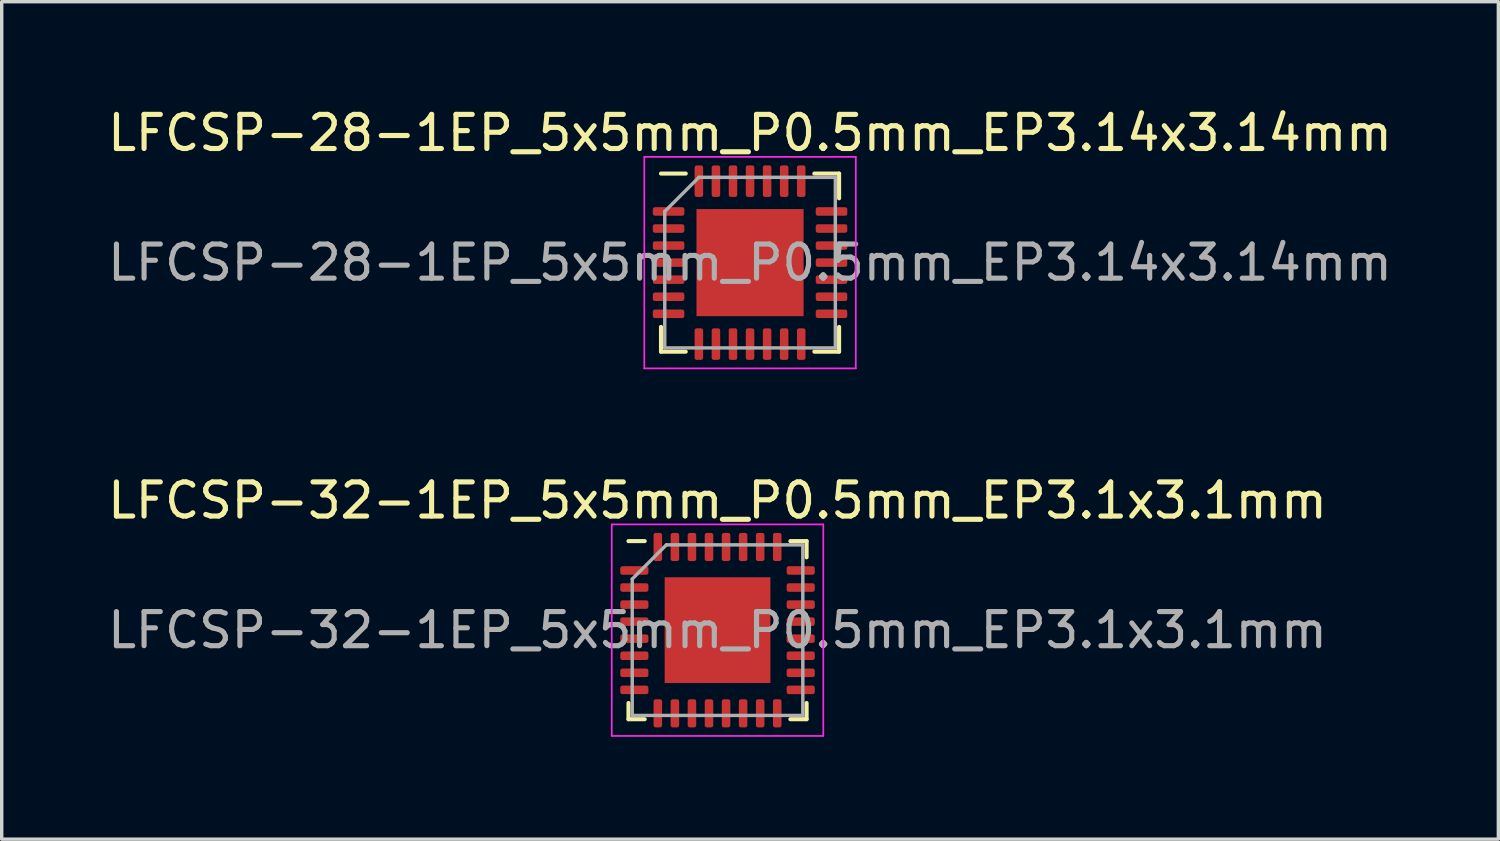
<source format=kicad_pcb>
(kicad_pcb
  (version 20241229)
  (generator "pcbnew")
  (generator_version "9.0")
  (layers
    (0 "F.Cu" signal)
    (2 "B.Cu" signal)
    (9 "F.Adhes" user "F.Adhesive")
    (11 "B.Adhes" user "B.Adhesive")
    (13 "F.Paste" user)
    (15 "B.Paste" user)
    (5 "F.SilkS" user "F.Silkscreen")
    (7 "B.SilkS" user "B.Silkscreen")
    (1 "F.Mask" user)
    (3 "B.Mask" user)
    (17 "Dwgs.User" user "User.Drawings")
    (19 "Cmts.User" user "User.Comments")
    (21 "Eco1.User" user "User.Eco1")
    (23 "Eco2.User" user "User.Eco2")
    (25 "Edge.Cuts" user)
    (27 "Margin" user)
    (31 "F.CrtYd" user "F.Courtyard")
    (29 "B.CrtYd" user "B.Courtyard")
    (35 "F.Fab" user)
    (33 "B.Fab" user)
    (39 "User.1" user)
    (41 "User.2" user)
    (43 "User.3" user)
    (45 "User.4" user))
  (footprint "LFCSP-32-1EP_5x5mm_P0.5mm_EP3.1x3.1mm"
    (layer "F.Cu")
    (at 17.982 15.421)
    (property "Reference" "LFCSP-32-1EP_5x5mm_P0.5mm_EP3.1x3.1mm" (at 0 -3.8 0) (layer "F.SilkS") (effects (font (size 1 1) (thickness 0.15))))
    (attr smd)
    (fp_line (start -2.61 2.61) (end -2.61 2.135) (stroke (width 0.12) (type solid)) (layer "F.SilkS"))
    (fp_line (start -2.135 -2.61) (end -2.61 -2.61) (stroke (width 0.12) (type solid)) (layer "F.SilkS"))
    (fp_line (start -2.135 2.61) (end -2.61 2.61) (stroke (width 0.12) (type solid)) (layer "F.SilkS"))
    (fp_line (start 2.135 -2.61) (end 2.61 -2.61) (stroke (width 0.12) (type solid)) (layer "F.SilkS"))
    (fp_line (start 2.135 2.61) (end 2.61 2.61) (stroke (width 0.12) (type solid)) (layer "F.SilkS"))
    (fp_line (start 2.61 -2.61) (end 2.61 -2.135) (stroke (width 0.12) (type solid)) (layer "F.SilkS"))
    (fp_line (start 2.61 2.61) (end 2.61 2.135) (stroke (width 0.12) (type solid)) (layer "F.SilkS"))
    (fp_line (start -3.1 -3.1) (end -3.1 3.1) (stroke (width 0.05) (type solid)) (layer "F.CrtYd"))
    (fp_line (start -3.1 3.1) (end 3.1 3.1) (stroke (width 0.05) (type solid)) (layer "F.CrtYd"))
    (fp_line (start 3.1 -3.1) (end -3.1 -3.1) (stroke (width 0.05) (type solid)) (layer "F.CrtYd"))
    (fp_line (start 3.1 3.1) (end 3.1 -3.1) (stroke (width 0.05) (type solid)) (layer "F.CrtYd"))
    (fp_line (start -2.5 -1.5) (end -1.5 -2.5) (stroke (width 0.1) (type solid)) (layer "F.Fab"))
    (fp_line (start -2.5 2.5) (end -2.5 -1.5) (stroke (width 0.1) (type solid)) (layer "F.Fab"))
    (fp_line (start -1.5 -2.5) (end 2.5 -2.5) (stroke (width 0.1) (type solid)) (layer "F.Fab"))
    (fp_line (start 2.5 -2.5) (end 2.5 2.5) (stroke (width 0.1) (type solid)) (layer "F.Fab"))
    (fp_line (start 2.5 2.5) (end -2.5 2.5) (stroke (width 0.1) (type solid)) (layer "F.Fab"))
    (fp_text user "${REFERENCE}" (at 0 0 0) (layer "F.Fab") (effects (font (size 1 1) (thickness 0.15))))
    (pad "" smd roundrect (at -1.03 -1.03) (size 0.83 0.83) (layers "F.Paste") (roundrect_rratio 0.25))
    (pad "" smd roundrect (at -1.03 0) (size 0.83 0.83) (layers "F.Paste") (roundrect_rratio 0.25))
    (pad "" smd roundrect (at -1.03 1.03) (size 0.83 0.83) (layers "F.Paste") (roundrect_rratio 0.25))
    (pad "" smd roundrect (at 0 -1.03) (size 0.83 0.83) (layers "F.Paste") (roundrect_rratio 0.25))
    (pad "" smd roundrect (at 0 0) (size 0.83 0.83) (layers "F.Paste") (roundrect_rratio 0.25))
    (pad "" smd roundrect (at 0 1.03) (size 0.83 0.83) (layers "F.Paste") (roundrect_rratio 0.25))
    (pad "" smd roundrect (at 1.03 -1.03) (size 0.83 0.83) (layers "F.Paste") (roundrect_rratio 0.25))
    (pad "" smd roundrect (at 1.03 0) (size 0.83 0.83) (layers "F.Paste") (roundrect_rratio 0.25))
    (pad "" smd roundrect (at 1.03 1.03) (size 0.83 0.83) (layers "F.Paste") (roundrect_rratio 0.25))
    (pad "1" smd roundrect (at -2.438 -1.75) (size 0.825 0.25) (layers "F.Cu" "F.Mask" "F.Paste") (roundrect_rratio 0.25))
    (pad "2" smd roundrect (at -2.438 -1.25) (size 0.825 0.25) (layers "F.Cu" "F.Mask" "F.Paste") (roundrect_rratio 0.25))
    (pad "3" smd roundrect (at -2.438 -0.75) (size 0.825 0.25) (layers "F.Cu" "F.Mask" "F.Paste") (roundrect_rratio 0.25))
    (pad "4" smd roundrect (at -2.438 -0.25) (size 0.825 0.25) (layers "F.Cu" "F.Mask" "F.Paste") (roundrect_rratio 0.25))
    (pad "5" smd roundrect (at -2.438 0.25) (size 0.825 0.25) (layers "F.Cu" "F.Mask" "F.Paste") (roundrect_rratio 0.25))
    (pad "6" smd roundrect (at -2.438 0.75) (size 0.825 0.25) (layers "F.Cu" "F.Mask" "F.Paste") (roundrect_rratio 0.25))
    (pad "7" smd roundrect (at -2.438 1.25) (size 0.825 0.25) (layers "F.Cu" "F.Mask" "F.Paste") (roundrect_rratio 0.25))
    (pad "8" smd roundrect (at -2.438 1.75) (size 0.825 0.25) (layers "F.Cu" "F.Mask" "F.Paste") (roundrect_rratio 0.25))
    (pad "9" smd roundrect (at -1.75 2.438) (size 0.25 0.825) (layers "F.Cu" "F.Mask" "F.Paste") (roundrect_rratio 0.25))
    (pad "10" smd roundrect (at -1.25 2.438) (size 0.25 0.825) (layers "F.Cu" "F.Mask" "F.Paste") (roundrect_rratio 0.25))
    (pad "11" smd roundrect (at -0.75 2.438) (size 0.25 0.825) (layers "F.Cu" "F.Mask" "F.Paste") (roundrect_rratio 0.25))
    (pad "12" smd roundrect (at -0.25 2.438) (size 0.25 0.825) (layers "F.Cu" "F.Mask" "F.Paste") (roundrect_rratio 0.25))
    (pad "13" smd roundrect (at 0.25 2.438) (size 0.25 0.825) (layers "F.Cu" "F.Mask" "F.Paste") (roundrect_rratio 0.25))
    (pad "14" smd roundrect (at 0.75 2.438) (size 0.25 0.825) (layers "F.Cu" "F.Mask" "F.Paste") (roundrect_rratio 0.25))
    (pad "15" smd roundrect (at 1.25 2.438) (size 0.25 0.825) (layers "F.Cu" "F.Mask" "F.Paste") (roundrect_rratio 0.25))
    (pad "16" smd roundrect (at 1.75 2.438) (size 0.25 0.825) (layers "F.Cu" "F.Mask" "F.Paste") (roundrect_rratio 0.25))
    (pad "17" smd roundrect (at 2.438 1.75) (size 0.825 0.25) (layers "F.Cu" "F.Mask" "F.Paste") (roundrect_rratio 0.25))
    (pad "18" smd roundrect (at 2.438 1.25) (size 0.825 0.25) (layers "F.Cu" "F.Mask" "F.Paste") (roundrect_rratio 0.25))
    (pad "19" smd roundrect (at 2.438 0.75) (size 0.825 0.25) (layers "F.Cu" "F.Mask" "F.Paste") (roundrect_rratio 0.25))
    (pad "20" smd roundrect (at 2.438 0.25) (size 0.825 0.25) (layers "F.Cu" "F.Mask" "F.Paste") (roundrect_rratio 0.25))
    (pad "21" smd roundrect (at 2.438 -0.25) (size 0.825 0.25) (layers "F.Cu" "F.Mask" "F.Paste") (roundrect_rratio 0.25))
    (pad "22" smd roundrect (at 2.438 -0.75) (size 0.825 0.25) (layers "F.Cu" "F.Mask" "F.Paste") (roundrect_rratio 0.25))
    (pad "23" smd roundrect (at 2.438 -1.25) (size 0.825 0.25) (layers "F.Cu" "F.Mask" "F.Paste") (roundrect_rratio 0.25))
    (pad "24" smd roundrect (at 2.438 -1.75) (size 0.825 0.25) (layers "F.Cu" "F.Mask" "F.Paste") (roundrect_rratio 0.25))
    (pad "25" smd roundrect (at 1.75 -2.438) (size 0.25 0.825) (layers "F.Cu" "F.Mask" "F.Paste") (roundrect_rratio 0.25))
    (pad "26" smd roundrect (at 1.25 -2.438) (size 0.25 0.825) (layers "F.Cu" "F.Mask" "F.Paste") (roundrect_rratio 0.25))
    (pad "27" smd roundrect (at 0.75 -2.438) (size 0.25 0.825) (layers "F.Cu" "F.Mask" "F.Paste") (roundrect_rratio 0.25))
    (pad "28" smd roundrect (at 0.25 -2.438) (size 0.25 0.825) (layers "F.Cu" "F.Mask" "F.Paste") (roundrect_rratio 0.25))
    (pad "29" smd roundrect (at -0.25 -2.438) (size 0.25 0.825) (layers "F.Cu" "F.Mask" "F.Paste") (roundrect_rratio 0.25))
    (pad "30" smd roundrect (at -0.75 -2.438) (size 0.25 0.825) (layers "F.Cu" "F.Mask" "F.Paste") (roundrect_rratio 0.25))
    (pad "31" smd roundrect (at -1.25 -2.438) (size 0.25 0.825) (layers "F.Cu" "F.Mask" "F.Paste") (roundrect_rratio 0.25))
    (pad "32" smd roundrect (at -1.75 -2.438) (size 0.25 0.825) (layers "F.Cu" "F.Mask" "F.Paste") (roundrect_rratio 0.25))
    (pad "33" smd rect (at 0 0) (size 3.1 3.1) (layers "F.Cu" "F.Mask")))
  (footprint "LFCSP-28-1EP_5x5mm_P0.5mm_EP3.14x3.14mm"
    (layer "F.Cu")
    (at 18.935 4.648)
    (property "Reference" "LFCSP-28-1EP_5x5mm_P0.5mm_EP3.14x3.14mm" (at 0 -3.8 0) (layer "F.SilkS") (effects (font (size 1 1) (thickness 0.15))))
    (attr smd)
    (fp_line (start -2.61 2.61) (end -2.61 1.885) (stroke (width 0.12) (type solid)) (layer "F.SilkS"))
    (fp_line (start -1.885 -2.61) (end -2.61 -2.61) (stroke (width 0.12) (type solid)) (layer "F.SilkS"))
    (fp_line (start -1.885 2.61) (end -2.61 2.61) (stroke (width 0.12) (type solid)) (layer "F.SilkS"))
    (fp_line (start 1.885 -2.61) (end 2.61 -2.61) (stroke (width 0.12) (type solid)) (layer "F.SilkS"))
    (fp_line (start 1.885 2.61) (end 2.61 2.61) (stroke (width 0.12) (type solid)) (layer "F.SilkS"))
    (fp_line (start 2.61 -2.61) (end 2.61 -1.885) (stroke (width 0.12) (type solid)) (layer "F.SilkS"))
    (fp_line (start 2.61 2.61) (end 2.61 1.885) (stroke (width 0.12) (type solid)) (layer "F.SilkS"))
    (fp_line (start -3.1 -3.1) (end -3.1 3.1) (stroke (width 0.05) (type solid)) (layer "F.CrtYd"))
    (fp_line (start -3.1 3.1) (end 3.1 3.1) (stroke (width 0.05) (type solid)) (layer "F.CrtYd"))
    (fp_line (start 3.1 -3.1) (end -3.1 -3.1) (stroke (width 0.05) (type solid)) (layer "F.CrtYd"))
    (fp_line (start 3.1 3.1) (end 3.1 -3.1) (stroke (width 0.05) (type solid)) (layer "F.CrtYd"))
    (fp_line (start -2.5 -1.5) (end -1.5 -2.5) (stroke (width 0.1) (type solid)) (layer "F.Fab"))
    (fp_line (start -2.5 2.5) (end -2.5 -1.5) (stroke (width 0.1) (type solid)) (layer "F.Fab"))
    (fp_line (start -1.5 -2.5) (end 2.5 -2.5) (stroke (width 0.1) (type solid)) (layer "F.Fab"))
    (fp_line (start 2.5 -2.5) (end 2.5 2.5) (stroke (width 0.1) (type solid)) (layer "F.Fab"))
    (fp_line (start 2.5 2.5) (end -2.5 2.5) (stroke (width 0.1) (type solid)) (layer "F.Fab"))
    (fp_text user "${REFERENCE}" (at 0 0 0) (layer "F.Fab") (effects (font (size 1 1) (thickness 0.15))))
    (pad "" smd roundrect (at -0.785 -0.785) (size 1.27 1.27) (layers "F.Paste") (roundrect_rratio 0.197))
    (pad "" smd roundrect (at -0.785 0.785) (size 1.27 1.27) (layers "F.Paste") (roundrect_rratio 0.197))
    (pad "" smd roundrect (at 0.785 -0.785) (size 1.27 1.27) (layers "F.Paste") (roundrect_rratio 0.197))
    (pad "" smd roundrect (at 0.785 0.785) (size 1.27 1.27) (layers "F.Paste") (roundrect_rratio 0.197))
    (pad "1" smd roundrect (at -2.388 -1.5) (size 0.925 0.25) (layers "F.Cu" "F.Mask" "F.Paste") (roundrect_rratio 0.25))
    (pad "2" smd roundrect (at -2.388 -1) (size 0.925 0.25) (layers "F.Cu" "F.Mask" "F.Paste") (roundrect_rratio 0.25))
    (pad "3" smd roundrect (at -2.388 -0.5) (size 0.925 0.25) (layers "F.Cu" "F.Mask" "F.Paste") (roundrect_rratio 0.25))
    (pad "4" smd roundrect (at -2.388 0) (size 0.925 0.25) (layers "F.Cu" "F.Mask" "F.Paste") (roundrect_rratio 0.25))
    (pad "5" smd roundrect (at -2.388 0.5) (size 0.925 0.25) (layers "F.Cu" "F.Mask" "F.Paste") (roundrect_rratio 0.25))
    (pad "6" smd roundrect (at -2.388 1) (size 0.925 0.25) (layers "F.Cu" "F.Mask" "F.Paste") (roundrect_rratio 0.25))
    (pad "7" smd roundrect (at -2.388 1.5) (size 0.925 0.25) (layers "F.Cu" "F.Mask" "F.Paste") (roundrect_rratio 0.25))
    (pad "8" smd roundrect (at -1.5 2.388) (size 0.25 0.925) (layers "F.Cu" "F.Mask" "F.Paste") (roundrect_rratio 0.25))
    (pad "9" smd roundrect (at -1 2.388) (size 0.25 0.925) (layers "F.Cu" "F.Mask" "F.Paste") (roundrect_rratio 0.25))
    (pad "10" smd roundrect (at -0.5 2.388) (size 0.25 0.925) (layers "F.Cu" "F.Mask" "F.Paste") (roundrect_rratio 0.25))
    (pad "11" smd roundrect (at 0 2.388) (size 0.25 0.925) (layers "F.Cu" "F.Mask" "F.Paste") (roundrect_rratio 0.25))
    (pad "12" smd roundrect (at 0.5 2.388) (size 0.25 0.925) (layers "F.Cu" "F.Mask" "F.Paste") (roundrect_rratio 0.25))
    (pad "13" smd roundrect (at 1 2.388) (size 0.25 0.925) (layers "F.Cu" "F.Mask" "F.Paste") (roundrect_rratio 0.25))
    (pad "14" smd roundrect (at 1.5 2.388) (size 0.25 0.925) (layers "F.Cu" "F.Mask" "F.Paste") (roundrect_rratio 0.25))
    (pad "15" smd roundrect (at 2.388 1.5) (size 0.925 0.25) (layers "F.Cu" "F.Mask" "F.Paste") (roundrect_rratio 0.25))
    (pad "16" smd roundrect (at 2.388 1) (size 0.925 0.25) (layers "F.Cu" "F.Mask" "F.Paste") (roundrect_rratio 0.25))
    (pad "17" smd roundrect (at 2.388 0.5) (size 0.925 0.25) (layers "F.Cu" "F.Mask" "F.Paste") (roundrect_rratio 0.25))
    (pad "18" smd roundrect (at 2.388 0) (size 0.925 0.25) (layers "F.Cu" "F.Mask" "F.Paste") (roundrect_rratio 0.25))
    (pad "19" smd roundrect (at 2.388 -0.5) (size 0.925 0.25) (layers "F.Cu" "F.Mask" "F.Paste") (roundrect_rratio 0.25))
    (pad "20" smd roundrect (at 2.388 -1) (size 0.925 0.25) (layers "F.Cu" "F.Mask" "F.Paste") (roundrect_rratio 0.25))
    (pad "21" smd roundrect (at 2.388 -1.5) (size 0.925 0.25) (layers "F.Cu" "F.Mask" "F.Paste") (roundrect_rratio 0.25))
    (pad "22" smd roundrect (at 1.5 -2.388) (size 0.25 0.925) (layers "F.Cu" "F.Mask" "F.Paste") (roundrect_rratio 0.25))
    (pad "23" smd roundrect (at 1 -2.388) (size 0.25 0.925) (layers "F.Cu" "F.Mask" "F.Paste") (roundrect_rratio 0.25))
    (pad "24" smd roundrect (at 0.5 -2.388) (size 0.25 0.925) (layers "F.Cu" "F.Mask" "F.Paste") (roundrect_rratio 0.25))
    (pad "25" smd roundrect (at 0 -2.388) (size 0.25 0.925) (layers "F.Cu" "F.Mask" "F.Paste") (roundrect_rratio 0.25))
    (pad "26" smd roundrect (at -0.5 -2.388) (size 0.25 0.925) (layers "F.Cu" "F.Mask" "F.Paste") (roundrect_rratio 0.25))
    (pad "27" smd roundrect (at -1 -2.388) (size 0.25 0.925) (layers "F.Cu" "F.Mask" "F.Paste") (roundrect_rratio 0.25))
    (pad "28" smd roundrect (at -1.5 -2.388) (size 0.25 0.925) (layers "F.Cu" "F.Mask" "F.Paste") (roundrect_rratio 0.25))
    (pad "29" smd rect (at 0 0) (size 3.14 3.14) (layers "F.Cu" "F.Mask")))
  (gr_rect
    (start -3 -3)
    (end 40.869 21.547)
    (stroke (width 0.1) (type default))
    (fill no)
    (layer "Edge.Cuts")))
</source>
